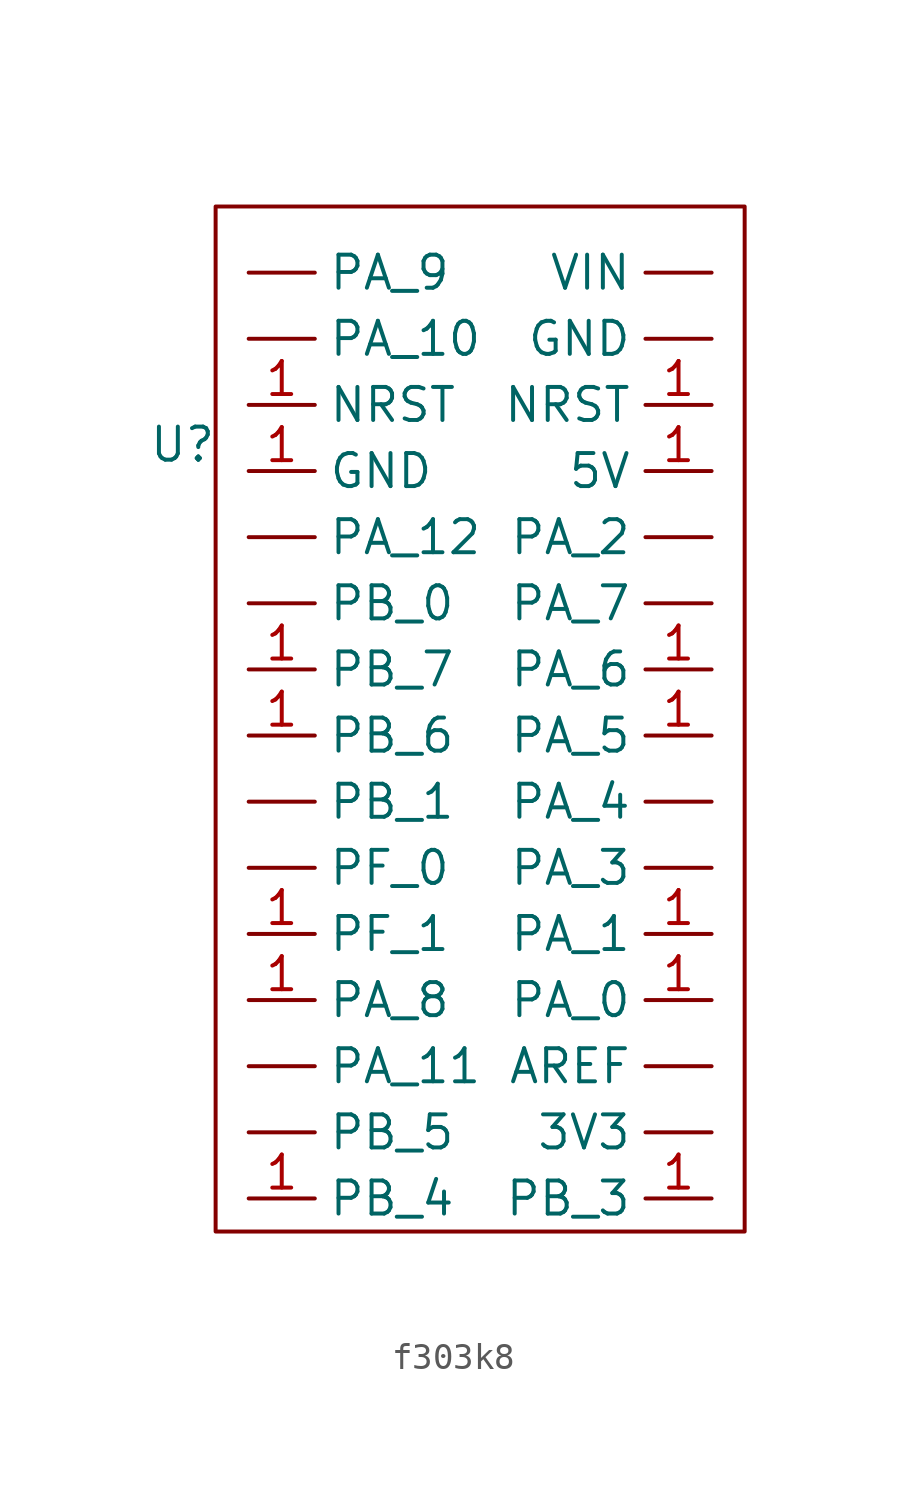
<source format=kicad_sym>
(kicad_symbol_lib
  (version 20231120)
  (generator "kicad_symbol_editor")
  (generator_version "8.0")
  (symbol "f303k8"
    (property "Reference" "U"
      (at -11.43 11.176 0)
      (effects (font (size 1.27 1.27))))
    (property "Value" ""
      (at -5.08 10.16 0)
      (effects (font (size 1.27 1.27))))
    (symbol "f303k8_0_1"
      (rectangle (start -10.16 20.32) (end 10.16 -19.05) (stroke (width 0) (type default)) (fill (type none))))
    (symbol "f303k8_1_1"
      (pin output line (at 8.89 -15.24 180) (length 2.54) (name "3V3" (effects (font (size 1.27 1.27)))) (number "" (effects (font (size 1.27 1.27)))))
      (pin output line (at 8.89 -12.7 180) (length 2.54) (name "AREF" (effects (font (size 1.27 1.27)))) (number "" (effects (font (size 1.27 1.27)))))
      (pin output line (at 8.89 15.24 180) (length 2.54) (name "GND" (effects (font (size 1.27 1.27)))) (number "" (effects (font (size 1.27 1.27)))))
      (pin output line (at -8.89 15.24 0) (length 2.54) (name "PA_10" (effects (font (size 1.27 1.27)))) (number "" (effects (font (size 1.27 1.27)))))
      (pin output line (at -8.89 -12.7 0) (length 2.54) (name "PA_11" (effects (font (size 1.27 1.27)))) (number "" (effects (font (size 1.27 1.27)))))
      (pin output line (at -8.89 7.62 0) (length 2.54) (name "PA_12" (effects (font (size 1.27 1.27)))) (number "" (effects (font (size 1.27 1.27)))))
      (pin output line (at 8.89 7.62 180) (length 2.54) (name "PA_2" (effects (font (size 1.27 1.27)))) (number "" (effects (font (size 1.27 1.27)))))
      (pin output line (at 8.89 -5.08 180) (length 2.54) (name "PA_3" (effects (font (size 1.27 1.27)))) (number "" (effects (font (size 1.27 1.27)))))
      (pin output line (at 8.89 -2.54 180) (length 2.54) (name "PA_4" (effects (font (size 1.27 1.27)))) (number "" (effects (font (size 1.27 1.27)))))
      (pin output line (at 8.89 5.08 180) (length 2.54) (name "PA_7" (effects (font (size 1.27 1.27)))) (number "" (effects (font (size 1.27 1.27)))))
      (pin input line (at -8.89 17.78 0) (length 2.54) (name "PA_9" (effects (font (size 1.27 1.27)))) (number "" (effects (font (size 1.27 1.27)))))
      (pin output line (at -8.89 5.08 0) (length 2.54) (name "PB_0" (effects (font (size 1.27 1.27)))) (number "" (effects (font (size 1.27 1.27)))))
      (pin output line (at -8.89 -2.54 0) (length 2.54) (name "PB_1" (effects (font (size 1.27 1.27)))) (number "" (effects (font (size 1.27 1.27)))))
      (pin output line (at -8.89 -15.24 0) (length 2.54) (name "PB_5" (effects (font (size 1.27 1.27)))) (number "" (effects (font (size 1.27 1.27)))))
      (pin output line (at -8.89 -5.08 0) (length 2.54) (name "PF_0" (effects (font (size 1.27 1.27)))) (number "" (effects (font (size 1.27 1.27)))))
      (pin output line (at 8.89 17.78 180) (length 2.54) (name "VIN" (effects (font (size 1.27 1.27)))) (number "" (effects (font (size 1.27 1.27)))))
      (pin input line (at 8.89 10.16 180) (length 2.54) (name "5V" (effects (font (size 1.27 1.27)))) (number "1" (effects (font (size 1.27 1.27)))))
      (pin input line (at -8.89 10.16 0) (length 2.54) (name "GND" (effects (font (size 1.27 1.27)))) (number "1" (effects (font (size 1.27 1.27)))))
      (pin input line (at -8.89 12.7 0) (length 2.54) (name "NRST" (effects (font (size 1.27 1.27)))) (number "1" (effects (font (size 1.27 1.27)))))
      (pin input line (at 8.89 12.7 180) (length 2.54) (name "NRST" (effects (font (size 1.27 1.27)))) (number "1" (effects (font (size 1.27 1.27)))))
      (pin input line (at 8.89 -10.16 180) (length 2.54) (name "PA_0" (effects (font (size 1.27 1.27)))) (number "1" (effects (font (size 1.27 1.27)))))
      (pin input line (at 8.89 -7.62 180) (length 2.54) (name "PA_1" (effects (font (size 1.27 1.27)))) (number "1" (effects (font (size 1.27 1.27)))))
      (pin input line (at 8.89 0 180) (length 2.54) (name "PA_5" (effects (font (size 1.27 1.27)))) (number "1" (effects (font (size 1.27 1.27)))))
      (pin input line (at 8.89 2.54 180) (length 2.54) (name "PA_6" (effects (font (size 1.27 1.27)))) (number "1" (effects (font (size 1.27 1.27)))))
      (pin input line (at -8.89 -10.16 0) (length 2.54) (name "PA_8" (effects (font (size 1.27 1.27)))) (number "1" (effects (font (size 1.27 1.27)))))
      (pin input line (at 8.89 -17.78 180) (length 2.54) (name "PB_3" (effects (font (size 1.27 1.27)))) (number "1" (effects (font (size 1.27 1.27)))))
      (pin input line (at -8.89 -17.78 0) (length 2.54) (name "PB_4" (effects (font (size 1.27 1.27)))) (number "1" (effects (font (size 1.27 1.27)))))
      (pin input line (at -8.89 0 0) (length 2.54) (name "PB_6" (effects (font (size 1.27 1.27)))) (number "1" (effects (font (size 1.27 1.27)))))
      (pin input line (at -8.89 2.54 0) (length 2.54) (name "PB_7" (effects (font (size 1.27 1.27)))) (number "1" (effects (font (size 1.27 1.27)))))
      (pin input line (at -8.89 -7.62 0) (length 2.54) (name "PF_1" (effects (font (size 1.27 1.27)))) (number "1" (effects (font (size 1.27 1.27))))))))
</source>
